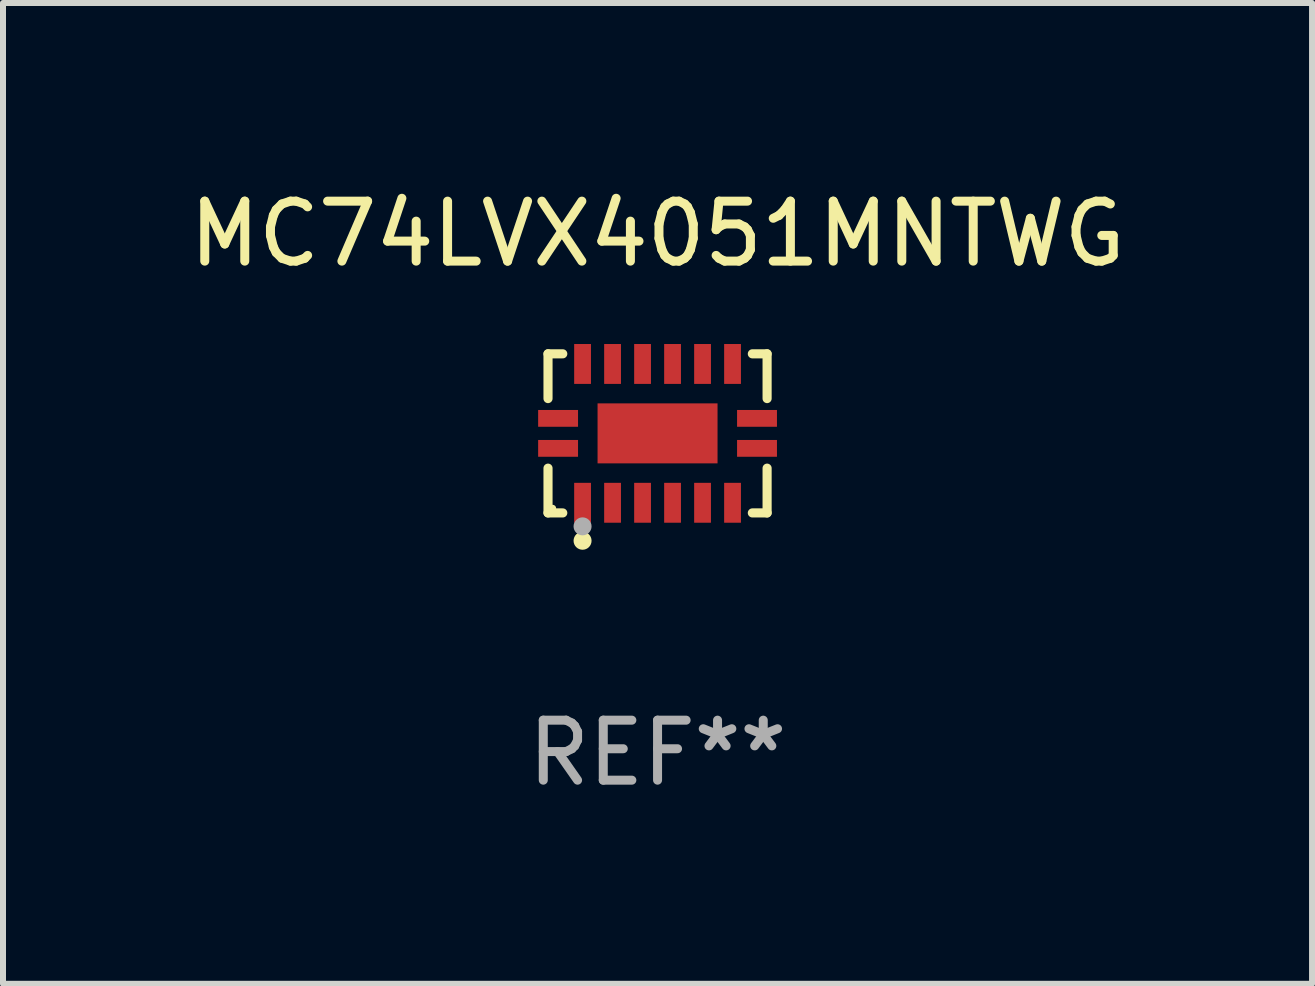
<source format=kicad_pcb>
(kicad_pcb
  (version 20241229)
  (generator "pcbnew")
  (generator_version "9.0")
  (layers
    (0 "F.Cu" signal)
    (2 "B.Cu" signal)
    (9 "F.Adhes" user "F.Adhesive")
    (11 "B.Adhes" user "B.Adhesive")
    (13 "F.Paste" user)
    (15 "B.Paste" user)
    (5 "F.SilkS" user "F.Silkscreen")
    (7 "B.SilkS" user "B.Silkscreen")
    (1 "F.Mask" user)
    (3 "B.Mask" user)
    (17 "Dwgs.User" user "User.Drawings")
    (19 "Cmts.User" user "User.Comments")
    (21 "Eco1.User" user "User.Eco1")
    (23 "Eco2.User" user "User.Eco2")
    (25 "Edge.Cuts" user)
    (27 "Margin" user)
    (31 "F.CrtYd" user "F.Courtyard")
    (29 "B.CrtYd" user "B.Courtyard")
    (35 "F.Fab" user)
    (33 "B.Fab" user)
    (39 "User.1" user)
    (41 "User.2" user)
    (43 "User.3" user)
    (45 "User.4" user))
  (footprint "MC74LVX4051MNTWG"
    (layer "F.Cu")
    (at 7.911 4.174)
    (property "Reference" "MC74LVX4051MNTWG" (at 0 -3.326 0) (layer "F.SilkS") (effects (font (size 1 1) (thickness 0.15))))
    (attr through_hole)
    (fp_line (start -1.826 -1.326) (end -1.58 -1.326) (stroke (width 0.152) (type solid)) (layer "F.SilkS"))
    (fp_line (start -1.826 -0.58) (end -1.826 -1.326) (stroke (width 0.152) (type solid)) (layer "F.SilkS"))
    (fp_line (start -1.826 0.58) (end -1.826 1.326) (stroke (width 0.152) (type solid)) (layer "F.SilkS"))
    (fp_line (start -1.826 1.326) (end -1.58 1.326) (stroke (width 0.152) (type solid)) (layer "F.SilkS"))
    (fp_line (start 1.826 -1.326) (end 1.58 -1.326) (stroke (width 0.152) (type solid)) (layer "F.SilkS"))
    (fp_line (start 1.826 -0.58) (end 1.826 -1.326) (stroke (width 0.152) (type solid)) (layer "F.SilkS"))
    (fp_line (start 1.826 0.58) (end 1.826 1.326) (stroke (width 0.152) (type solid)) (layer "F.SilkS"))
    (fp_line (start 1.826 1.326) (end 1.58 1.326) (stroke (width 0.152) (type solid)) (layer "F.SilkS"))
    (fp_circle (center -1.75 1.25) (end -1.72 1.25) (stroke (width 0.06) (type solid)) (fill no) (layer "F.SilkS"))
    (fp_circle (center -1.25 1.79) (end -1.175 1.79) (stroke (width 0.15) (type solid)) (fill no) (layer "F.SilkS"))
    (fp_circle (center -1.25 1.55) (end -1.175 1.55) (stroke (width 0.15) (type solid)) (fill no) (layer "F.Fab"))
    (fp_text user "REF**" (at 0 5.326 0) (layer "F.Fab") (effects (font (size 1 1) (thickness 0.15))))
    (pad "1" smd rect (at -1.25 1.157) (size 0.28 0.665) (layers "F.Cu" "F.Mask" "F.Paste"))
    (pad "2" smd rect (at -0.75 1.157) (size 0.28 0.665) (layers "F.Cu" "F.Mask" "F.Paste"))
    (pad "3" smd rect (at -0.25 1.157) (size 0.28 0.665) (layers "F.Cu" "F.Mask" "F.Paste"))
    (pad "4" smd rect (at 0.25 1.157) (size 0.28 0.665) (layers "F.Cu" "F.Mask" "F.Paste"))
    (pad "5" smd rect (at 0.75 1.157) (size 0.28 0.665) (layers "F.Cu" "F.Mask" "F.Paste"))
    (pad "6" smd rect (at 1.25 1.157) (size 0.28 0.665) (layers "F.Cu" "F.Mask" "F.Paste"))
    (pad "7" smd rect (at 1.658 0.25) (size 0.665 0.28) (layers "F.Cu" "F.Mask" "F.Paste"))
    (pad "8" smd rect (at 1.658 -0.25) (size 0.665 0.28) (layers "F.Cu" "F.Mask" "F.Paste"))
    (pad "9" smd rect (at 1.25 -1.157) (size 0.28 0.665) (layers "F.Cu" "F.Mask" "F.Paste"))
    (pad "10" smd rect (at 0.75 -1.157) (size 0.28 0.665) (layers "F.Cu" "F.Mask" "F.Paste"))
    (pad "11" smd rect (at 0.25 -1.157) (size 0.28 0.665) (layers "F.Cu" "F.Mask" "F.Paste"))
    (pad "12" smd rect (at -0.25 -1.157) (size 0.28 0.665) (layers "F.Cu" "F.Mask" "F.Paste"))
    (pad "13" smd rect (at -0.75 -1.157) (size 0.28 0.665) (layers "F.Cu" "F.Mask" "F.Paste"))
    (pad "14" smd rect (at -1.25 -1.157) (size 0.28 0.665) (layers "F.Cu" "F.Mask" "F.Paste"))
    (pad "15" smd rect (at -1.658 -0.25) (size 0.665 0.28) (layers "F.Cu" "F.Mask" "F.Paste"))
    (pad "16" smd rect (at -1.658 0.25) (size 0.665 0.28) (layers "F.Cu" "F.Mask" "F.Paste"))
    (pad "17" smd rect (at 0 0) (size 2 1) (layers "F.Cu" "F.Mask" "F.Paste")))
  (gr_rect
    (start -3 -3)
    (end 18.821 13.349)
    (stroke (width 0.1) (type default))
    (fill no)
    (layer "Edge.Cuts")))
</source>
